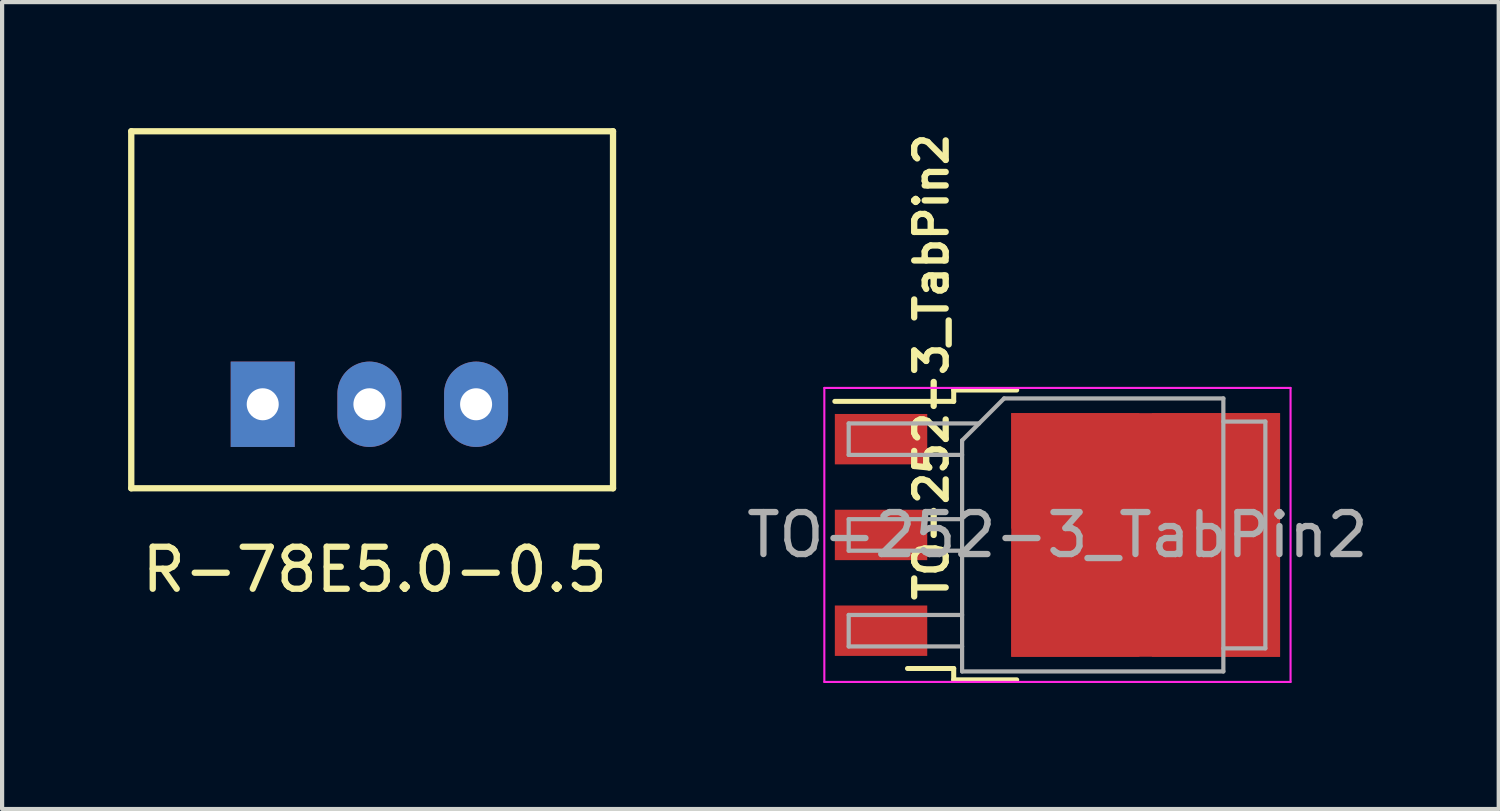
<source format=kicad_pcb>
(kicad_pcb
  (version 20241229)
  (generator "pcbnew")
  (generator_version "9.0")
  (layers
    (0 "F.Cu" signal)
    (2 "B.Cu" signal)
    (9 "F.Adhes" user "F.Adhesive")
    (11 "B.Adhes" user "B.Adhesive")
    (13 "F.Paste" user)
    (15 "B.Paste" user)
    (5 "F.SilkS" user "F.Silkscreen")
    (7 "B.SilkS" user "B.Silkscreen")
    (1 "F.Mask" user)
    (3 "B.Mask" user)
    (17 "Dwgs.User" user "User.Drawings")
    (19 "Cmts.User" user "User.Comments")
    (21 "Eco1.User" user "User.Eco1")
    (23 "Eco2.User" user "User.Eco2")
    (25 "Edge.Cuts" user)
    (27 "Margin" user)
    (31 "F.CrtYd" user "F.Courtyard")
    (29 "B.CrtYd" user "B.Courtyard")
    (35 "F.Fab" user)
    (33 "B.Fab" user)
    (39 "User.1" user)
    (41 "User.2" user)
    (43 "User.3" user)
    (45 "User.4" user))
  (footprint "R-78E5.0-0.5"
    (layer "F.Cu")
    (at 3.205 6.575)
    (property "Reference" "R-78E5.0-0.5" (at 2.667 3.937 0) (layer "F.SilkS") (effects (font (size 1 1) (thickness 0.15))))
    (attr through_hole)
    (fp_line (start -3.13 -6.5) (end -3.13 2) (stroke (width 0.15) (type solid)) (layer "F.SilkS"))
    (fp_line (start -3.13 -6.5) (end 8.34 -6.5) (stroke (width 0.15) (type solid)) (layer "F.SilkS"))
    (fp_line (start -3.13 2) (end 8.34 2) (stroke (width 0.15) (type solid)) (layer "F.SilkS"))
    (fp_line (start 8.34 -6.5) (end 8.34 2) (stroke (width 0.15) (type solid)) (layer "F.SilkS"))
    (pad "1" thru_hole rect (at 0 0) (size 1.524 2.032) (drill 0.762) (layers "*.Cu" "*.Mask"))
    (pad "2" thru_hole oval (at 2.54 0) (size 1.524 2.032) (drill 0.762) (layers "*.Cu" "*.Mask"))
    (pad "3" thru_hole oval (at 5.08 0) (size 1.524 2.032) (drill 0.762) (layers "*.Cu" "*.Mask")))
  (footprint "TO-252-3_TabPin2"
    (layer "F.Cu")
    (at 22.126 9.686)
    (property "Reference" "TO-252-3_TabPin2" (at -3 -4 90) (layer "F.SilkS") (effects (font (size 0.75 0.75) (thickness 0.15))))
    (attr smd)
    (fp_line (start -2.47 -3.45) (end -2.47 -3.18) (stroke (width 0.12) (type solid)) (layer "F.SilkS"))
    (fp_line (start -2.47 -3.18) (end -5.3 -3.18) (stroke (width 0.12) (type solid)) (layer "F.SilkS"))
    (fp_line (start -2.47 3.18) (end -3.57 3.18) (stroke (width 0.12) (type solid)) (layer "F.SilkS"))
    (fp_line (start -2.47 3.45) (end -2.47 3.18) (stroke (width 0.12) (type solid)) (layer "F.SilkS"))
    (fp_line (start -0.97 -3.45) (end -2.47 -3.45) (stroke (width 0.12) (type solid)) (layer "F.SilkS"))
    (fp_line (start -0.97 3.45) (end -2.47 3.45) (stroke (width 0.12) (type solid)) (layer "F.SilkS"))
    (fp_line (start -5.55 -3.5) (end -5.55 3.5) (stroke (width 0.05) (type solid)) (layer "F.CrtYd"))
    (fp_line (start -5.55 3.5) (end 5.55 3.5) (stroke (width 0.05) (type solid)) (layer "F.CrtYd"))
    (fp_line (start 5.55 -3.5) (end -5.55 -3.5) (stroke (width 0.05) (type solid)) (layer "F.CrtYd"))
    (fp_line (start 5.55 3.5) (end 5.55 -3.5) (stroke (width 0.05) (type solid)) (layer "F.CrtYd"))
    (fp_line (start -4.97 -2.655) (end -4.97 -1.905) (stroke (width 0.1) (type solid)) (layer "F.Fab"))
    (fp_line (start -4.97 -1.905) (end -2.27 -1.905) (stroke (width 0.1) (type solid)) (layer "F.Fab"))
    (fp_line (start -4.97 -0.375) (end -4.97 0.375) (stroke (width 0.1) (type solid)) (layer "F.Fab"))
    (fp_line (start -4.97 0.375) (end -2.27 0.375) (stroke (width 0.1) (type solid)) (layer "F.Fab"))
    (fp_line (start -4.97 1.905) (end -4.97 2.655) (stroke (width 0.1) (type solid)) (layer "F.Fab"))
    (fp_line (start -4.97 2.655) (end -2.27 2.655) (stroke (width 0.1) (type solid)) (layer "F.Fab"))
    (fp_line (start -2.27 -2.25) (end -1.27 -3.25) (stroke (width 0.1) (type solid)) (layer "F.Fab"))
    (fp_line (start -2.27 -0.375) (end -4.97 -0.375) (stroke (width 0.1) (type solid)) (layer "F.Fab"))
    (fp_line (start -2.27 1.905) (end -4.97 1.905) (stroke (width 0.1) (type solid)) (layer "F.Fab"))
    (fp_line (start -2.27 3.25) (end -2.27 -2.25) (stroke (width 0.1) (type solid)) (layer "F.Fab"))
    (fp_line (start -1.865 -2.655) (end -4.97 -2.655) (stroke (width 0.1) (type solid)) (layer "F.Fab"))
    (fp_line (start -1.27 -3.25) (end 3.95 -3.25) (stroke (width 0.1) (type solid)) (layer "F.Fab"))
    (fp_line (start 3.95 -3.25) (end 3.95 3.25) (stroke (width 0.1) (type solid)) (layer "F.Fab"))
    (fp_line (start 3.95 -2.7) (end 4.95 -2.7) (stroke (width 0.1) (type solid)) (layer "F.Fab"))
    (fp_line (start 3.95 3.25) (end -2.27 3.25) (stroke (width 0.1) (type solid)) (layer "F.Fab"))
    (fp_line (start 4.95 -2.7) (end 4.95 2.7) (stroke (width 0.1) (type solid)) (layer "F.Fab"))
    (fp_line (start 4.95 2.7) (end 3.95 2.7) (stroke (width 0.1) (type solid)) (layer "F.Fab"))
    (fp_text user "${REFERENCE}" (at 0 0 0) (layer "F.Fab") (effects (font (size 1 1) (thickness 0.15))))
    (pad "1" smd rect (at -4.2 -2.28) (size 2.2 1.2) (layers "F.Cu" "F.Mask" "F.Paste"))
    (pad "2" smd rect (at -4.2 0) (size 2.2 1.2) (layers "F.Cu" "F.Mask" "F.Paste"))
    (pad "2" smd rect (at 0.425 -1.525) (size 3.05 2.75) (layers "F.Cu" "F.Paste"))
    (pad "2" smd rect (at 0.425 1.525) (size 3.05 2.75) (layers "F.Cu" "F.Paste"))
    (pad "2" smd rect (at 2.1 0) (size 6.4 5.8) (layers "F.Cu" "F.Mask"))
    (pad "2" smd rect (at 3.775 -1.525) (size 3.05 2.75) (layers "F.Cu" "F.Paste"))
    (pad "2" smd rect (at 3.775 1.525) (size 3.05 2.75) (layers "F.Cu" "F.Paste"))
    (pad "3" smd rect (at -4.2 2.28) (size 2.2 1.2) (layers "F.Cu" "F.Mask" "F.Paste")))
  (gr_rect
    (start -3 -3)
    (end 32.632 16.211)
    (stroke (width 0.1) (type default))
    (fill no)
    (layer "Edge.Cuts")))
</source>
